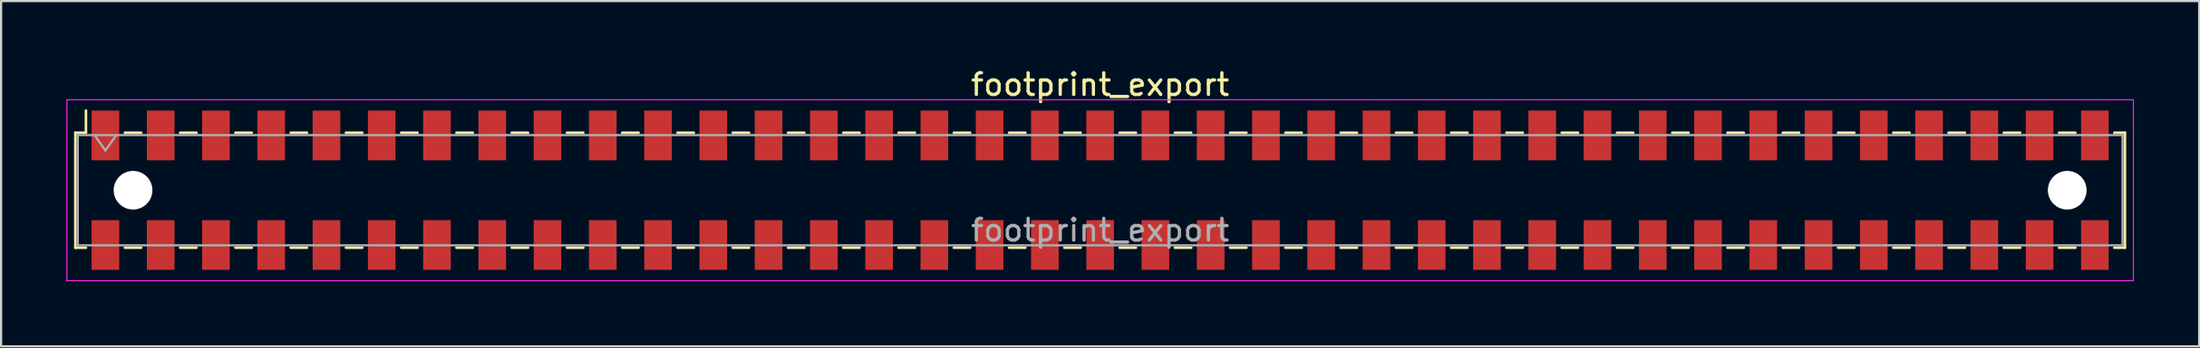
<source format=kicad_pcb>
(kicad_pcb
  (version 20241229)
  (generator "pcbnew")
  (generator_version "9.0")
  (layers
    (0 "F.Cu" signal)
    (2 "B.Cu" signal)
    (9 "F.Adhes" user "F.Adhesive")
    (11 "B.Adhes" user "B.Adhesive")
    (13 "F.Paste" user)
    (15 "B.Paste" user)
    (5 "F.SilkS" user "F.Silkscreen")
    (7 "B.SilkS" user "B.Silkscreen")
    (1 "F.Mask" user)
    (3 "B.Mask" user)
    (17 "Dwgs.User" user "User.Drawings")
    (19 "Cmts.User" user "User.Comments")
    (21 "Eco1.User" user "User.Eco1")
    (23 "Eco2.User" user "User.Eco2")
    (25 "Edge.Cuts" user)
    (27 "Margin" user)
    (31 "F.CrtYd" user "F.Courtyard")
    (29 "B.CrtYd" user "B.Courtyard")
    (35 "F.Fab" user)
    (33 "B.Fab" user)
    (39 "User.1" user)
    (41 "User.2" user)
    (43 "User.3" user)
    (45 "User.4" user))
  (footprint "footprint_export"
    (layer "F.Cu")
    (at 47.515 5.718)
    (property "Reference" "footprint_export" (at 0 -4.87 0) (layer "F.SilkS") (effects (font (size 1 1) (thickness 0.15))))
    (attr smd)
    (fp_line (start -47.1 -2.65) (end -47.1 2.65) (stroke (width 0.12) (type solid)) (layer "F.SilkS"))
    (fp_line (start -47.1 2.65) (end -46.615 2.65) (stroke (width 0.12) (type solid)) (layer "F.SilkS"))
    (fp_line (start -46.615 -3.67) (end -46.615 -2.65) (stroke (width 0.12) (type solid)) (layer "F.SilkS"))
    (fp_line (start -46.615 -2.65) (end -47.1 -2.65) (stroke (width 0.12) (type solid)) (layer "F.SilkS"))
    (fp_line (start -44.825 -2.65) (end -44.075 -2.65) (stroke (width 0.12) (type solid)) (layer "F.SilkS"))
    (fp_line (start -44.825 2.65) (end -44.075 2.65) (stroke (width 0.12) (type solid)) (layer "F.SilkS"))
    (fp_line (start -42.285 -2.65) (end -41.535 -2.65) (stroke (width 0.12) (type solid)) (layer "F.SilkS"))
    (fp_line (start -42.285 2.65) (end -41.535 2.65) (stroke (width 0.12) (type solid)) (layer "F.SilkS"))
    (fp_line (start -39.745 -2.65) (end -38.995 -2.65) (stroke (width 0.12) (type solid)) (layer "F.SilkS"))
    (fp_line (start -39.745 2.65) (end -38.995 2.65) (stroke (width 0.12) (type solid)) (layer "F.SilkS"))
    (fp_line (start -37.205 -2.65) (end -36.455 -2.65) (stroke (width 0.12) (type solid)) (layer "F.SilkS"))
    (fp_line (start -37.205 2.65) (end -36.455 2.65) (stroke (width 0.12) (type solid)) (layer "F.SilkS"))
    (fp_line (start -34.665 -2.65) (end -33.915 -2.65) (stroke (width 0.12) (type solid)) (layer "F.SilkS"))
    (fp_line (start -34.665 2.65) (end -33.915 2.65) (stroke (width 0.12) (type solid)) (layer "F.SilkS"))
    (fp_line (start -32.125 -2.65) (end -31.375 -2.65) (stroke (width 0.12) (type solid)) (layer "F.SilkS"))
    (fp_line (start -32.125 2.65) (end -31.375 2.65) (stroke (width 0.12) (type solid)) (layer "F.SilkS"))
    (fp_line (start -29.585 -2.65) (end -28.835 -2.65) (stroke (width 0.12) (type solid)) (layer "F.SilkS"))
    (fp_line (start -29.585 2.65) (end -28.835 2.65) (stroke (width 0.12) (type solid)) (layer "F.SilkS"))
    (fp_line (start -27.045 -2.65) (end -26.295 -2.65) (stroke (width 0.12) (type solid)) (layer "F.SilkS"))
    (fp_line (start -27.045 2.65) (end -26.295 2.65) (stroke (width 0.12) (type solid)) (layer "F.SilkS"))
    (fp_line (start -24.505 -2.65) (end -23.755 -2.65) (stroke (width 0.12) (type solid)) (layer "F.SilkS"))
    (fp_line (start -24.505 2.65) (end -23.755 2.65) (stroke (width 0.12) (type solid)) (layer "F.SilkS"))
    (fp_line (start -21.965 -2.65) (end -21.215 -2.65) (stroke (width 0.12) (type solid)) (layer "F.SilkS"))
    (fp_line (start -21.965 2.65) (end -21.215 2.65) (stroke (width 0.12) (type solid)) (layer "F.SilkS"))
    (fp_line (start -19.425 -2.65) (end -18.675 -2.65) (stroke (width 0.12) (type solid)) (layer "F.SilkS"))
    (fp_line (start -19.425 2.65) (end -18.675 2.65) (stroke (width 0.12) (type solid)) (layer "F.SilkS"))
    (fp_line (start -16.885 -2.65) (end -16.135 -2.65) (stroke (width 0.12) (type solid)) (layer "F.SilkS"))
    (fp_line (start -16.885 2.65) (end -16.135 2.65) (stroke (width 0.12) (type solid)) (layer "F.SilkS"))
    (fp_line (start -14.345 -2.65) (end -13.595 -2.65) (stroke (width 0.12) (type solid)) (layer "F.SilkS"))
    (fp_line (start -14.345 2.65) (end -13.595 2.65) (stroke (width 0.12) (type solid)) (layer "F.SilkS"))
    (fp_line (start -11.805 -2.65) (end -11.055 -2.65) (stroke (width 0.12) (type solid)) (layer "F.SilkS"))
    (fp_line (start -11.805 2.65) (end -11.055 2.65) (stroke (width 0.12) (type solid)) (layer "F.SilkS"))
    (fp_line (start -9.265 -2.65) (end -8.515 -2.65) (stroke (width 0.12) (type solid)) (layer "F.SilkS"))
    (fp_line (start -9.265 2.65) (end -8.515 2.65) (stroke (width 0.12) (type solid)) (layer "F.SilkS"))
    (fp_line (start -6.725 -2.65) (end -5.975 -2.65) (stroke (width 0.12) (type solid)) (layer "F.SilkS"))
    (fp_line (start -6.725 2.65) (end -5.975 2.65) (stroke (width 0.12) (type solid)) (layer "F.SilkS"))
    (fp_line (start -4.185 -2.65) (end -3.435 -2.65) (stroke (width 0.12) (type solid)) (layer "F.SilkS"))
    (fp_line (start -4.185 2.65) (end -3.435 2.65) (stroke (width 0.12) (type solid)) (layer "F.SilkS"))
    (fp_line (start -1.645 -2.65) (end -0.895 -2.65) (stroke (width 0.12) (type solid)) (layer "F.SilkS"))
    (fp_line (start -1.645 2.65) (end -0.895 2.65) (stroke (width 0.12) (type solid)) (layer "F.SilkS"))
    (fp_line (start 0.895 -2.65) (end 1.645 -2.65) (stroke (width 0.12) (type solid)) (layer "F.SilkS"))
    (fp_line (start 0.895 2.65) (end 1.645 2.65) (stroke (width 0.12) (type solid)) (layer "F.SilkS"))
    (fp_line (start 3.435 -2.65) (end 4.185 -2.65) (stroke (width 0.12) (type solid)) (layer "F.SilkS"))
    (fp_line (start 3.435 2.65) (end 4.185 2.65) (stroke (width 0.12) (type solid)) (layer "F.SilkS"))
    (fp_line (start 5.975 -2.65) (end 6.725 -2.65) (stroke (width 0.12) (type solid)) (layer "F.SilkS"))
    (fp_line (start 5.975 2.65) (end 6.725 2.65) (stroke (width 0.12) (type solid)) (layer "F.SilkS"))
    (fp_line (start 8.515 -2.65) (end 9.265 -2.65) (stroke (width 0.12) (type solid)) (layer "F.SilkS"))
    (fp_line (start 8.515 2.65) (end 9.265 2.65) (stroke (width 0.12) (type solid)) (layer "F.SilkS"))
    (fp_line (start 11.055 -2.65) (end 11.805 -2.65) (stroke (width 0.12) (type solid)) (layer "F.SilkS"))
    (fp_line (start 11.055 2.65) (end 11.805 2.65) (stroke (width 0.12) (type solid)) (layer "F.SilkS"))
    (fp_line (start 13.595 -2.65) (end 14.345 -2.65) (stroke (width 0.12) (type solid)) (layer "F.SilkS"))
    (fp_line (start 13.595 2.65) (end 14.345 2.65) (stroke (width 0.12) (type solid)) (layer "F.SilkS"))
    (fp_line (start 16.135 -2.65) (end 16.885 -2.65) (stroke (width 0.12) (type solid)) (layer "F.SilkS"))
    (fp_line (start 16.135 2.65) (end 16.885 2.65) (stroke (width 0.12) (type solid)) (layer "F.SilkS"))
    (fp_line (start 18.675 -2.65) (end 19.425 -2.65) (stroke (width 0.12) (type solid)) (layer "F.SilkS"))
    (fp_line (start 18.675 2.65) (end 19.425 2.65) (stroke (width 0.12) (type solid)) (layer "F.SilkS"))
    (fp_line (start 21.215 -2.65) (end 21.965 -2.65) (stroke (width 0.12) (type solid)) (layer "F.SilkS"))
    (fp_line (start 21.215 2.65) (end 21.965 2.65) (stroke (width 0.12) (type solid)) (layer "F.SilkS"))
    (fp_line (start 23.755 -2.65) (end 24.505 -2.65) (stroke (width 0.12) (type solid)) (layer "F.SilkS"))
    (fp_line (start 23.755 2.65) (end 24.505 2.65) (stroke (width 0.12) (type solid)) (layer "F.SilkS"))
    (fp_line (start 26.295 -2.65) (end 27.045 -2.65) (stroke (width 0.12) (type solid)) (layer "F.SilkS"))
    (fp_line (start 26.295 2.65) (end 27.045 2.65) (stroke (width 0.12) (type solid)) (layer "F.SilkS"))
    (fp_line (start 28.835 -2.65) (end 29.585 -2.65) (stroke (width 0.12) (type solid)) (layer "F.SilkS"))
    (fp_line (start 28.835 2.65) (end 29.585 2.65) (stroke (width 0.12) (type solid)) (layer "F.SilkS"))
    (fp_line (start 31.375 -2.65) (end 32.125 -2.65) (stroke (width 0.12) (type solid)) (layer "F.SilkS"))
    (fp_line (start 31.375 2.65) (end 32.125 2.65) (stroke (width 0.12) (type solid)) (layer "F.SilkS"))
    (fp_line (start 33.915 -2.65) (end 34.665 -2.65) (stroke (width 0.12) (type solid)) (layer "F.SilkS"))
    (fp_line (start 33.915 2.65) (end 34.665 2.65) (stroke (width 0.12) (type solid)) (layer "F.SilkS"))
    (fp_line (start 36.455 -2.65) (end 37.205 -2.65) (stroke (width 0.12) (type solid)) (layer "F.SilkS"))
    (fp_line (start 36.455 2.65) (end 37.205 2.65) (stroke (width 0.12) (type solid)) (layer "F.SilkS"))
    (fp_line (start 38.995 -2.65) (end 39.745 -2.65) (stroke (width 0.12) (type solid)) (layer "F.SilkS"))
    (fp_line (start 38.995 2.65) (end 39.745 2.65) (stroke (width 0.12) (type solid)) (layer "F.SilkS"))
    (fp_line (start 41.535 -2.65) (end 42.285 -2.65) (stroke (width 0.12) (type solid)) (layer "F.SilkS"))
    (fp_line (start 41.535 2.65) (end 42.285 2.65) (stroke (width 0.12) (type solid)) (layer "F.SilkS"))
    (fp_line (start 44.075 -2.65) (end 44.825 -2.65) (stroke (width 0.12) (type solid)) (layer "F.SilkS"))
    (fp_line (start 44.075 2.65) (end 44.825 2.65) (stroke (width 0.12) (type solid)) (layer "F.SilkS"))
    (fp_line (start 46.615 -2.65) (end 47.1 -2.65) (stroke (width 0.12) (type solid)) (layer "F.SilkS"))
    (fp_line (start 47.1 -2.65) (end 47.1 2.65) (stroke (width 0.12) (type solid)) (layer "F.SilkS"))
    (fp_line (start 47.1 2.65) (end 46.615 2.65) (stroke (width 0.12) (type solid)) (layer "F.SilkS"))
    (fp_line (start -47.49 -4.17) (end 47.49 -4.17) (stroke (width 0.05) (type solid)) (layer "F.CrtYd"))
    (fp_line (start -47.49 4.17) (end -47.49 -4.17) (stroke (width 0.05) (type solid)) (layer "F.CrtYd"))
    (fp_line (start 47.49 -4.17) (end 47.49 4.17) (stroke (width 0.05) (type solid)) (layer "F.CrtYd"))
    (fp_line (start 47.49 4.17) (end -47.49 4.17) (stroke (width 0.05) (type solid)) (layer "F.CrtYd"))
    (fp_line (start -46.99 -2.54) (end 46.99 -2.54) (stroke (width 0.1) (type solid)) (layer "F.Fab"))
    (fp_line (start -46.99 2.54) (end -46.99 -2.54) (stroke (width 0.1) (type solid)) (layer "F.Fab"))
    (fp_line (start -46.22 -2.54) (end -45.72 -1.833) (stroke (width 0.1) (type solid)) (layer "F.Fab"))
    (fp_line (start -45.72 -1.833) (end -45.22 -2.54) (stroke (width 0.1) (type solid)) (layer "F.Fab"))
    (fp_line (start 46.99 -2.54) (end 46.99 2.54) (stroke (width 0.1) (type solid)) (layer "F.Fab"))
    (fp_line (start 46.99 2.54) (end -46.99 2.54) (stroke (width 0.1) (type solid)) (layer "F.Fab"))
    (fp_text user "${REFERENCE}" (at 0 1.84 0) (layer "F.Fab") (effects (font (size 1 1) (thickness 0.15))))
    (pad "" np_thru_hole circle (at -44.45 0) (size 1.78 1.78) (drill 1.78) (layers "*.Cu" "*.Mask"))
    (pad "" np_thru_hole circle (at 44.45 0) (size 1.78 1.78) (drill 1.78) (layers "*.Cu" "*.Mask"))
    (pad "1" smd rect (at -45.72 -2.525) (size 1.27 2.29) (layers "F.Cu" "F.Mask" "F.Paste"))
    (pad "2" smd rect (at -45.72 2.525) (size 1.27 2.29) (layers "F.Cu" "F.Mask" "F.Paste"))
    (pad "3" smd rect (at -43.18 -2.525) (size 1.27 2.29) (layers "F.Cu" "F.Mask" "F.Paste"))
    (pad "4" smd rect (at -43.18 2.525) (size 1.27 2.29) (layers "F.Cu" "F.Mask" "F.Paste"))
    (pad "5" smd rect (at -40.64 -2.525) (size 1.27 2.29) (layers "F.Cu" "F.Mask" "F.Paste"))
    (pad "6" smd rect (at -40.64 2.525) (size 1.27 2.29) (layers "F.Cu" "F.Mask" "F.Paste"))
    (pad "7" smd rect (at -38.1 -2.525) (size 1.27 2.29) (layers "F.Cu" "F.Mask" "F.Paste"))
    (pad "8" smd rect (at -38.1 2.525) (size 1.27 2.29) (layers "F.Cu" "F.Mask" "F.Paste"))
    (pad "9" smd rect (at -35.56 -2.525) (size 1.27 2.29) (layers "F.Cu" "F.Mask" "F.Paste"))
    (pad "10" smd rect (at -35.56 2.525) (size 1.27 2.29) (layers "F.Cu" "F.Mask" "F.Paste"))
    (pad "11" smd rect (at -33.02 -2.525) (size 1.27 2.29) (layers "F.Cu" "F.Mask" "F.Paste"))
    (pad "12" smd rect (at -33.02 2.525) (size 1.27 2.29) (layers "F.Cu" "F.Mask" "F.Paste"))
    (pad "13" smd rect (at -30.48 -2.525) (size 1.27 2.29) (layers "F.Cu" "F.Mask" "F.Paste"))
    (pad "14" smd rect (at -30.48 2.525) (size 1.27 2.29) (layers "F.Cu" "F.Mask" "F.Paste"))
    (pad "15" smd rect (at -27.94 -2.525) (size 1.27 2.29) (layers "F.Cu" "F.Mask" "F.Paste"))
    (pad "16" smd rect (at -27.94 2.525) (size 1.27 2.29) (layers "F.Cu" "F.Mask" "F.Paste"))
    (pad "17" smd rect (at -25.4 -2.525) (size 1.27 2.29) (layers "F.Cu" "F.Mask" "F.Paste"))
    (pad "18" smd rect (at -25.4 2.525) (size 1.27 2.29) (layers "F.Cu" "F.Mask" "F.Paste"))
    (pad "19" smd rect (at -22.86 -2.525) (size 1.27 2.29) (layers "F.Cu" "F.Mask" "F.Paste"))
    (pad "20" smd rect (at -22.86 2.525) (size 1.27 2.29) (layers "F.Cu" "F.Mask" "F.Paste"))
    (pad "21" smd rect (at -20.32 -2.525) (size 1.27 2.29) (layers "F.Cu" "F.Mask" "F.Paste"))
    (pad "22" smd rect (at -20.32 2.525) (size 1.27 2.29) (layers "F.Cu" "F.Mask" "F.Paste"))
    (pad "23" smd rect (at -17.78 -2.525) (size 1.27 2.29) (layers "F.Cu" "F.Mask" "F.Paste"))
    (pad "24" smd rect (at -17.78 2.525) (size 1.27 2.29) (layers "F.Cu" "F.Mask" "F.Paste"))
    (pad "25" smd rect (at -15.24 -2.525) (size 1.27 2.29) (layers "F.Cu" "F.Mask" "F.Paste"))
    (pad "26" smd rect (at -15.24 2.525) (size 1.27 2.29) (layers "F.Cu" "F.Mask" "F.Paste"))
    (pad "27" smd rect (at -12.7 -2.525) (size 1.27 2.29) (layers "F.Cu" "F.Mask" "F.Paste"))
    (pad "28" smd rect (at -12.7 2.525) (size 1.27 2.29) (layers "F.Cu" "F.Mask" "F.Paste"))
    (pad "29" smd rect (at -10.16 -2.525) (size 1.27 2.29) (layers "F.Cu" "F.Mask" "F.Paste"))
    (pad "30" smd rect (at -10.16 2.525) (size 1.27 2.29) (layers "F.Cu" "F.Mask" "F.Paste"))
    (pad "31" smd rect (at -7.62 -2.525) (size 1.27 2.29) (layers "F.Cu" "F.Mask" "F.Paste"))
    (pad "32" smd rect (at -7.62 2.525) (size 1.27 2.29) (layers "F.Cu" "F.Mask" "F.Paste"))
    (pad "33" smd rect (at -5.08 -2.525) (size 1.27 2.29) (layers "F.Cu" "F.Mask" "F.Paste"))
    (pad "34" smd rect (at -5.08 2.525) (size 1.27 2.29) (layers "F.Cu" "F.Mask" "F.Paste"))
    (pad "35" smd rect (at -2.54 -2.525) (size 1.27 2.29) (layers "F.Cu" "F.Mask" "F.Paste"))
    (pad "36" smd rect (at -2.54 2.525) (size 1.27 2.29) (layers "F.Cu" "F.Mask" "F.Paste"))
    (pad "37" smd rect (at 0 -2.525) (size 1.27 2.29) (layers "F.Cu" "F.Mask" "F.Paste"))
    (pad "38" smd rect (at 0 2.525) (size 1.27 2.29) (layers "F.Cu" "F.Mask" "F.Paste"))
    (pad "39" smd rect (at 2.54 -2.525) (size 1.27 2.29) (layers "F.Cu" "F.Mask" "F.Paste"))
    (pad "40" smd rect (at 2.54 2.525) (size 1.27 2.29) (layers "F.Cu" "F.Mask" "F.Paste"))
    (pad "41" smd rect (at 5.08 -2.525) (size 1.27 2.29) (layers "F.Cu" "F.Mask" "F.Paste"))
    (pad "42" smd rect (at 5.08 2.525) (size 1.27 2.29) (layers "F.Cu" "F.Mask" "F.Paste"))
    (pad "43" smd rect (at 7.62 -2.525) (size 1.27 2.29) (layers "F.Cu" "F.Mask" "F.Paste"))
    (pad "44" smd rect (at 7.62 2.525) (size 1.27 2.29) (layers "F.Cu" "F.Mask" "F.Paste"))
    (pad "45" smd rect (at 10.16 -2.525) (size 1.27 2.29) (layers "F.Cu" "F.Mask" "F.Paste"))
    (pad "46" smd rect (at 10.16 2.525) (size 1.27 2.29) (layers "F.Cu" "F.Mask" "F.Paste"))
    (pad "47" smd rect (at 12.7 -2.525) (size 1.27 2.29) (layers "F.Cu" "F.Mask" "F.Paste"))
    (pad "48" smd rect (at 12.7 2.525) (size 1.27 2.29) (layers "F.Cu" "F.Mask" "F.Paste"))
    (pad "49" smd rect (at 15.24 -2.525) (size 1.27 2.29) (layers "F.Cu" "F.Mask" "F.Paste"))
    (pad "50" smd rect (at 15.24 2.525) (size 1.27 2.29) (layers "F.Cu" "F.Mask" "F.Paste"))
    (pad "51" smd rect (at 17.78 -2.525) (size 1.27 2.29) (layers "F.Cu" "F.Mask" "F.Paste"))
    (pad "52" smd rect (at 17.78 2.525) (size 1.27 2.29) (layers "F.Cu" "F.Mask" "F.Paste"))
    (pad "53" smd rect (at 20.32 -2.525) (size 1.27 2.29) (layers "F.Cu" "F.Mask" "F.Paste"))
    (pad "54" smd rect (at 20.32 2.525) (size 1.27 2.29) (layers "F.Cu" "F.Mask" "F.Paste"))
    (pad "55" smd rect (at 22.86 -2.525) (size 1.27 2.29) (layers "F.Cu" "F.Mask" "F.Paste"))
    (pad "56" smd rect (at 22.86 2.525) (size 1.27 2.29) (layers "F.Cu" "F.Mask" "F.Paste"))
    (pad "57" smd rect (at 25.4 -2.525) (size 1.27 2.29) (layers "F.Cu" "F.Mask" "F.Paste"))
    (pad "58" smd rect (at 25.4 2.525) (size 1.27 2.29) (layers "F.Cu" "F.Mask" "F.Paste"))
    (pad "59" smd rect (at 27.94 -2.525) (size 1.27 2.29) (layers "F.Cu" "F.Mask" "F.Paste"))
    (pad "60" smd rect (at 27.94 2.525) (size 1.27 2.29) (layers "F.Cu" "F.Mask" "F.Paste"))
    (pad "61" smd rect (at 30.48 -2.525) (size 1.27 2.29) (layers "F.Cu" "F.Mask" "F.Paste"))
    (pad "62" smd rect (at 30.48 2.525) (size 1.27 2.29) (layers "F.Cu" "F.Mask" "F.Paste"))
    (pad "63" smd rect (at 33.02 -2.525) (size 1.27 2.29) (layers "F.Cu" "F.Mask" "F.Paste"))
    (pad "64" smd rect (at 33.02 2.525) (size 1.27 2.29) (layers "F.Cu" "F.Mask" "F.Paste"))
    (pad "65" smd rect (at 35.56 -2.525) (size 1.27 2.29) (layers "F.Cu" "F.Mask" "F.Paste"))
    (pad "66" smd rect (at 35.56 2.525) (size 1.27 2.29) (layers "F.Cu" "F.Mask" "F.Paste"))
    (pad "67" smd rect (at 38.1 -2.525) (size 1.27 2.29) (layers "F.Cu" "F.Mask" "F.Paste"))
    (pad "68" smd rect (at 38.1 2.525) (size 1.27 2.29) (layers "F.Cu" "F.Mask" "F.Paste"))
    (pad "69" smd rect (at 40.64 -2.525) (size 1.27 2.29) (layers "F.Cu" "F.Mask" "F.Paste"))
    (pad "70" smd rect (at 40.64 2.525) (size 1.27 2.29) (layers "F.Cu" "F.Mask" "F.Paste"))
    (pad "71" smd rect (at 43.18 -2.525) (size 1.27 2.29) (layers "F.Cu" "F.Mask" "F.Paste"))
    (pad "72" smd rect (at 43.18 2.525) (size 1.27 2.29) (layers "F.Cu" "F.Mask" "F.Paste"))
    (pad "73" smd rect (at 45.72 -2.525) (size 1.27 2.29) (layers "F.Cu" "F.Mask" "F.Paste"))
    (pad "74" smd rect (at 45.72 2.525) (size 1.27 2.29) (layers "F.Cu" "F.Mask" "F.Paste")))
  (gr_rect
    (start -3 -3)
    (end 98.03 12.913)
    (stroke (width 0.1) (type default))
    (fill no)
    (layer "Edge.Cuts")))
</source>
